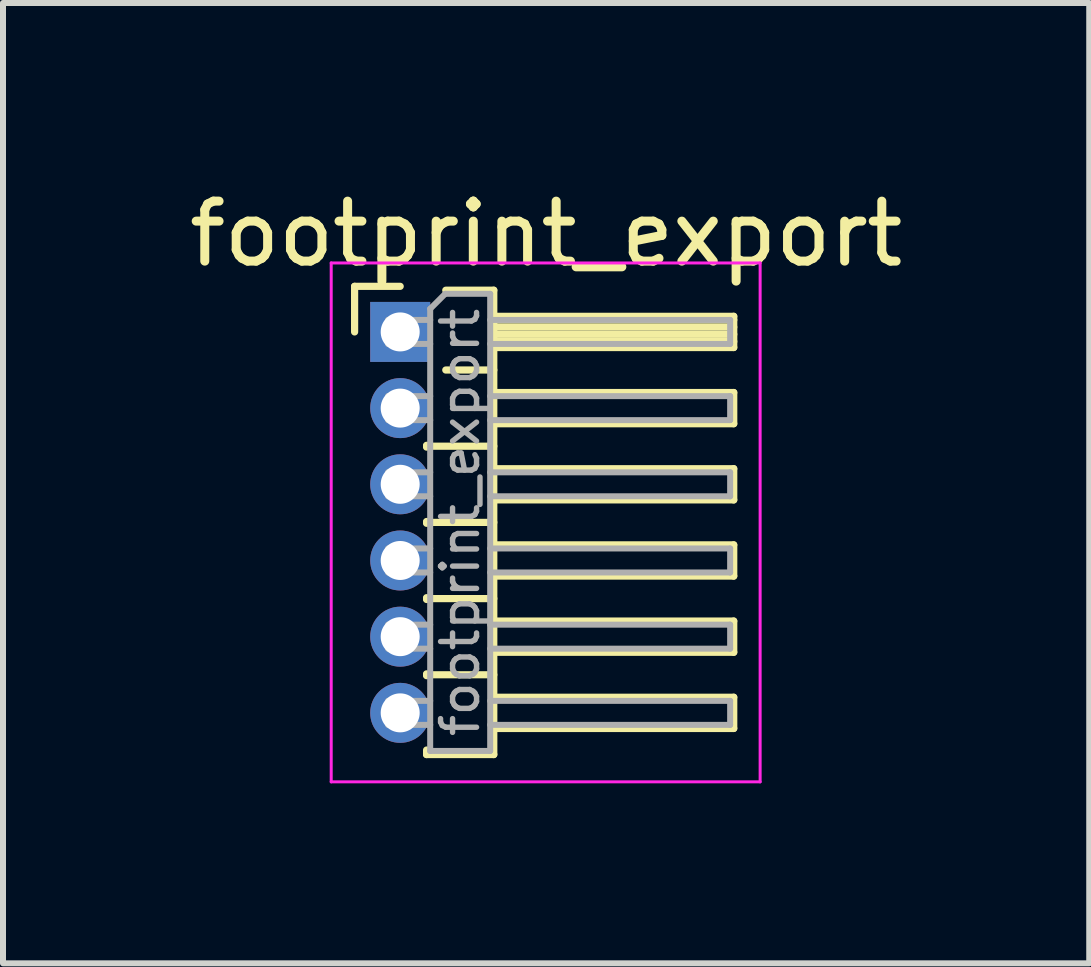
<source format=kicad_pcb>
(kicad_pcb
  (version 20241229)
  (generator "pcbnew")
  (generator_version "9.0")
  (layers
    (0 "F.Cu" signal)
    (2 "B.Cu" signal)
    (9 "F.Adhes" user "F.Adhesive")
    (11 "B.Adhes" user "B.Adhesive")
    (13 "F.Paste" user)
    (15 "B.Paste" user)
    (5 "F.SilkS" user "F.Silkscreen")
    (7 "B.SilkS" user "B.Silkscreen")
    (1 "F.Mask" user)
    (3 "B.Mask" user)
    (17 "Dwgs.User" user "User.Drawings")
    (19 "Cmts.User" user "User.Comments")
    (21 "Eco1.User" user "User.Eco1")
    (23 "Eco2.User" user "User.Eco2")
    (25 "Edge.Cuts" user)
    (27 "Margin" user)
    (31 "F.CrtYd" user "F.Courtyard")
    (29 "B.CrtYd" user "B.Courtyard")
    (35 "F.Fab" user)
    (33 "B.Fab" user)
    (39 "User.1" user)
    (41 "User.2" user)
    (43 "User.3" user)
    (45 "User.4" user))
  (footprint "footprint_export"
    (layer "F.Cu")
    (at 3.621 2.483)
    (property "Reference" "footprint_export" (at 2.433 -1.635 0) (layer "F.SilkS") (effects (font (size 1 1) (thickness 0.15))))
    (attr through_hole)
    (fp_line (start -0.76 -0.76) (end 0 -0.76) (stroke (width 0.12) (type solid)) (layer "F.SilkS"))
    (fp_line (start -0.76 0) (end -0.76 -0.76) (stroke (width 0.12) (type solid)) (layer "F.SilkS"))
    (fp_line (start 0.44 1.89) (end 0.44 1.92) (stroke (width 0.12) (type solid)) (layer "F.SilkS"))
    (fp_line (start 0.44 1.905) (end 1.56 1.905) (stroke (width 0.12) (type solid)) (layer "F.SilkS"))
    (fp_line (start 0.44 3.16) (end 0.44 3.19) (stroke (width 0.12) (type solid)) (layer "F.SilkS"))
    (fp_line (start 0.44 3.175) (end 1.56 3.175) (stroke (width 0.12) (type solid)) (layer "F.SilkS"))
    (fp_line (start 0.44 4.43) (end 0.44 4.46) (stroke (width 0.12) (type solid)) (layer "F.SilkS"))
    (fp_line (start 0.44 4.445) (end 1.56 4.445) (stroke (width 0.12) (type solid)) (layer "F.SilkS"))
    (fp_line (start 0.44 5.7) (end 0.44 5.73) (stroke (width 0.12) (type solid)) (layer "F.SilkS"))
    (fp_line (start 0.44 5.715) (end 1.56 5.715) (stroke (width 0.12) (type solid)) (layer "F.SilkS"))
    (fp_line (start 0.44 7.045) (end 0.44 6.97) (stroke (width 0.12) (type solid)) (layer "F.SilkS"))
    (fp_line (start 0.76 -0.695) (end 1.56 -0.695) (stroke (width 0.12) (type solid)) (layer "F.SilkS"))
    (fp_line (start 0.76 0.635) (end 1.56 0.635) (stroke (width 0.12) (type solid)) (layer "F.SilkS"))
    (fp_line (start 1.56 -0.695) (end 1.56 7.045) (stroke (width 0.12) (type solid)) (layer "F.SilkS"))
    (fp_line (start 1.56 -0.26) (end 5.56 -0.26) (stroke (width 0.12) (type solid)) (layer "F.SilkS"))
    (fp_line (start 1.56 -0.2) (end 5.56 -0.2) (stroke (width 0.12) (type solid)) (layer "F.SilkS"))
    (fp_line (start 1.56 -0.08) (end 5.56 -0.08) (stroke (width 0.12) (type solid)) (layer "F.SilkS"))
    (fp_line (start 1.56 0.04) (end 5.56 0.04) (stroke (width 0.12) (type solid)) (layer "F.SilkS"))
    (fp_line (start 1.56 0.16) (end 5.56 0.16) (stroke (width 0.12) (type solid)) (layer "F.SilkS"))
    (fp_line (start 1.56 1.01) (end 5.56 1.01) (stroke (width 0.12) (type solid)) (layer "F.SilkS"))
    (fp_line (start 1.56 2.28) (end 5.56 2.28) (stroke (width 0.12) (type solid)) (layer "F.SilkS"))
    (fp_line (start 1.56 3.55) (end 5.56 3.55) (stroke (width 0.12) (type solid)) (layer "F.SilkS"))
    (fp_line (start 1.56 4.82) (end 5.56 4.82) (stroke (width 0.12) (type solid)) (layer "F.SilkS"))
    (fp_line (start 1.56 6.09) (end 5.56 6.09) (stroke (width 0.12) (type solid)) (layer "F.SilkS"))
    (fp_line (start 1.56 7.045) (end 0.44 7.045) (stroke (width 0.12) (type solid)) (layer "F.SilkS"))
    (fp_line (start 5.56 -0.26) (end 5.56 0.26) (stroke (width 0.12) (type solid)) (layer "F.SilkS"))
    (fp_line (start 5.56 0.26) (end 1.56 0.26) (stroke (width 0.12) (type solid)) (layer "F.SilkS"))
    (fp_line (start 5.56 1.01) (end 5.56 1.53) (stroke (width 0.12) (type solid)) (layer "F.SilkS"))
    (fp_line (start 5.56 1.53) (end 1.56 1.53) (stroke (width 0.12) (type solid)) (layer "F.SilkS"))
    (fp_line (start 5.56 2.28) (end 5.56 2.8) (stroke (width 0.12) (type solid)) (layer "F.SilkS"))
    (fp_line (start 5.56 2.8) (end 1.56 2.8) (stroke (width 0.12) (type solid)) (layer "F.SilkS"))
    (fp_line (start 5.56 3.55) (end 5.56 4.07) (stroke (width 0.12) (type solid)) (layer "F.SilkS"))
    (fp_line (start 5.56 4.07) (end 1.56 4.07) (stroke (width 0.12) (type solid)) (layer "F.SilkS"))
    (fp_line (start 5.56 4.82) (end 5.56 5.34) (stroke (width 0.12) (type solid)) (layer "F.SilkS"))
    (fp_line (start 5.56 5.34) (end 1.56 5.34) (stroke (width 0.12) (type solid)) (layer "F.SilkS"))
    (fp_line (start 5.56 6.09) (end 5.56 6.61) (stroke (width 0.12) (type solid)) (layer "F.SilkS"))
    (fp_line (start 5.56 6.61) (end 1.56 6.61) (stroke (width 0.12) (type solid)) (layer "F.SilkS"))
    (fp_line (start -1.15 -1.15) (end -1.15 7.5) (stroke (width 0.05) (type solid)) (layer "F.CrtYd"))
    (fp_line (start -1.15 7.5) (end 6 7.5) (stroke (width 0.05) (type solid)) (layer "F.CrtYd"))
    (fp_line (start 6 -1.15) (end -1.15 -1.15) (stroke (width 0.05) (type solid)) (layer "F.CrtYd"))
    (fp_line (start 6 7.5) (end 6 -1.15) (stroke (width 0.05) (type solid)) (layer "F.CrtYd"))
    (fp_line (start -0.2 -0.2) (end -0.2 0.2) (stroke (width 0.1) (type solid)) (layer "F.Fab"))
    (fp_line (start -0.2 -0.2) (end 0.5 -0.2) (stroke (width 0.1) (type solid)) (layer "F.Fab"))
    (fp_line (start -0.2 0.2) (end 0.5 0.2) (stroke (width 0.1) (type solid)) (layer "F.Fab"))
    (fp_line (start -0.2 1.07) (end -0.2 1.47) (stroke (width 0.1) (type solid)) (layer "F.Fab"))
    (fp_line (start -0.2 1.07) (end 0.5 1.07) (stroke (width 0.1) (type solid)) (layer "F.Fab"))
    (fp_line (start -0.2 1.47) (end 0.5 1.47) (stroke (width 0.1) (type solid)) (layer "F.Fab"))
    (fp_line (start -0.2 2.34) (end -0.2 2.74) (stroke (width 0.1) (type solid)) (layer "F.Fab"))
    (fp_line (start -0.2 2.34) (end 0.5 2.34) (stroke (width 0.1) (type solid)) (layer "F.Fab"))
    (fp_line (start -0.2 2.74) (end 0.5 2.74) (stroke (width 0.1) (type solid)) (layer "F.Fab"))
    (fp_line (start -0.2 3.61) (end -0.2 4.01) (stroke (width 0.1) (type solid)) (layer "F.Fab"))
    (fp_line (start -0.2 3.61) (end 0.5 3.61) (stroke (width 0.1) (type solid)) (layer "F.Fab"))
    (fp_line (start -0.2 4.01) (end 0.5 4.01) (stroke (width 0.1) (type solid)) (layer "F.Fab"))
    (fp_line (start -0.2 4.88) (end -0.2 5.28) (stroke (width 0.1) (type solid)) (layer "F.Fab"))
    (fp_line (start -0.2 4.88) (end 0.5 4.88) (stroke (width 0.1) (type solid)) (layer "F.Fab"))
    (fp_line (start -0.2 5.28) (end 0.5 5.28) (stroke (width 0.1) (type solid)) (layer "F.Fab"))
    (fp_line (start -0.2 6.15) (end -0.2 6.55) (stroke (width 0.1) (type solid)) (layer "F.Fab"))
    (fp_line (start -0.2 6.15) (end 0.5 6.15) (stroke (width 0.1) (type solid)) (layer "F.Fab"))
    (fp_line (start -0.2 6.55) (end 0.5 6.55) (stroke (width 0.1) (type solid)) (layer "F.Fab"))
    (fp_line (start 0.5 -0.385) (end 0.75 -0.635) (stroke (width 0.1) (type solid)) (layer "F.Fab"))
    (fp_line (start 0.5 6.985) (end 0.5 -0.385) (stroke (width 0.1) (type solid)) (layer "F.Fab"))
    (fp_line (start 0.75 -0.635) (end 1.5 -0.635) (stroke (width 0.1) (type solid)) (layer "F.Fab"))
    (fp_line (start 1.5 -0.635) (end 1.5 6.985) (stroke (width 0.1) (type solid)) (layer "F.Fab"))
    (fp_line (start 1.5 -0.2) (end 5.5 -0.2) (stroke (width 0.1) (type solid)) (layer "F.Fab"))
    (fp_line (start 1.5 0.2) (end 5.5 0.2) (stroke (width 0.1) (type solid)) (layer "F.Fab"))
    (fp_line (start 1.5 1.07) (end 5.5 1.07) (stroke (width 0.1) (type solid)) (layer "F.Fab"))
    (fp_line (start 1.5 1.47) (end 5.5 1.47) (stroke (width 0.1) (type solid)) (layer "F.Fab"))
    (fp_line (start 1.5 2.34) (end 5.5 2.34) (stroke (width 0.1) (type solid)) (layer "F.Fab"))
    (fp_line (start 1.5 2.74) (end 5.5 2.74) (stroke (width 0.1) (type solid)) (layer "F.Fab"))
    (fp_line (start 1.5 3.61) (end 5.5 3.61) (stroke (width 0.1) (type solid)) (layer "F.Fab"))
    (fp_line (start 1.5 4.01) (end 5.5 4.01) (stroke (width 0.1) (type solid)) (layer "F.Fab"))
    (fp_line (start 1.5 4.88) (end 5.5 4.88) (stroke (width 0.1) (type solid)) (layer "F.Fab"))
    (fp_line (start 1.5 5.28) (end 5.5 5.28) (stroke (width 0.1) (type solid)) (layer "F.Fab"))
    (fp_line (start 1.5 6.15) (end 5.5 6.15) (stroke (width 0.1) (type solid)) (layer "F.Fab"))
    (fp_line (start 1.5 6.55) (end 5.5 6.55) (stroke (width 0.1) (type solid)) (layer "F.Fab"))
    (fp_line (start 1.5 6.985) (end 0.5 6.985) (stroke (width 0.1) (type solid)) (layer "F.Fab"))
    (fp_line (start 5.5 -0.2) (end 5.5 0.2) (stroke (width 0.1) (type solid)) (layer "F.Fab"))
    (fp_line (start 5.5 1.07) (end 5.5 1.47) (stroke (width 0.1) (type solid)) (layer "F.Fab"))
    (fp_line (start 5.5 2.34) (end 5.5 2.74) (stroke (width 0.1) (type solid)) (layer "F.Fab"))
    (fp_line (start 5.5 3.61) (end 5.5 4.01) (stroke (width 0.1) (type solid)) (layer "F.Fab"))
    (fp_line (start 5.5 4.88) (end 5.5 5.28) (stroke (width 0.1) (type solid)) (layer "F.Fab"))
    (fp_line (start 5.5 6.15) (end 5.5 6.55) (stroke (width 0.1) (type solid)) (layer "F.Fab"))
    (fp_text user "${REFERENCE}" (at 1 3.175 90) (layer "F.Fab") (effects (font (size 0.6 0.6) (thickness 0.09))))
    (pad "1" thru_hole rect (at 0 0) (size 1 1) (drill 0.65) (layers "*.Cu" "*.Mask"))
    (pad "2" thru_hole oval (at 0 1.27) (size 1 1) (drill 0.65) (layers "*.Cu" "*.Mask"))
    (pad "3" thru_hole oval (at 0 2.54) (size 1 1) (drill 0.65) (layers "*.Cu" "*.Mask"))
    (pad "4" thru_hole oval (at 0 3.81) (size 1 1) (drill 0.65) (layers "*.Cu" "*.Mask"))
    (pad "5" thru_hole oval (at 0 5.08) (size 1 1) (drill 0.65) (layers "*.Cu" "*.Mask"))
    (pad "6" thru_hole oval (at 0 6.35) (size 1 1) (drill 0.65) (layers "*.Cu" "*.Mask")))
  (gr_rect
    (start -3 -3)
    (end 15.107 13.008)
    (stroke (width 0.1) (type default))
    (fill no)
    (layer "Edge.Cuts")))
</source>
